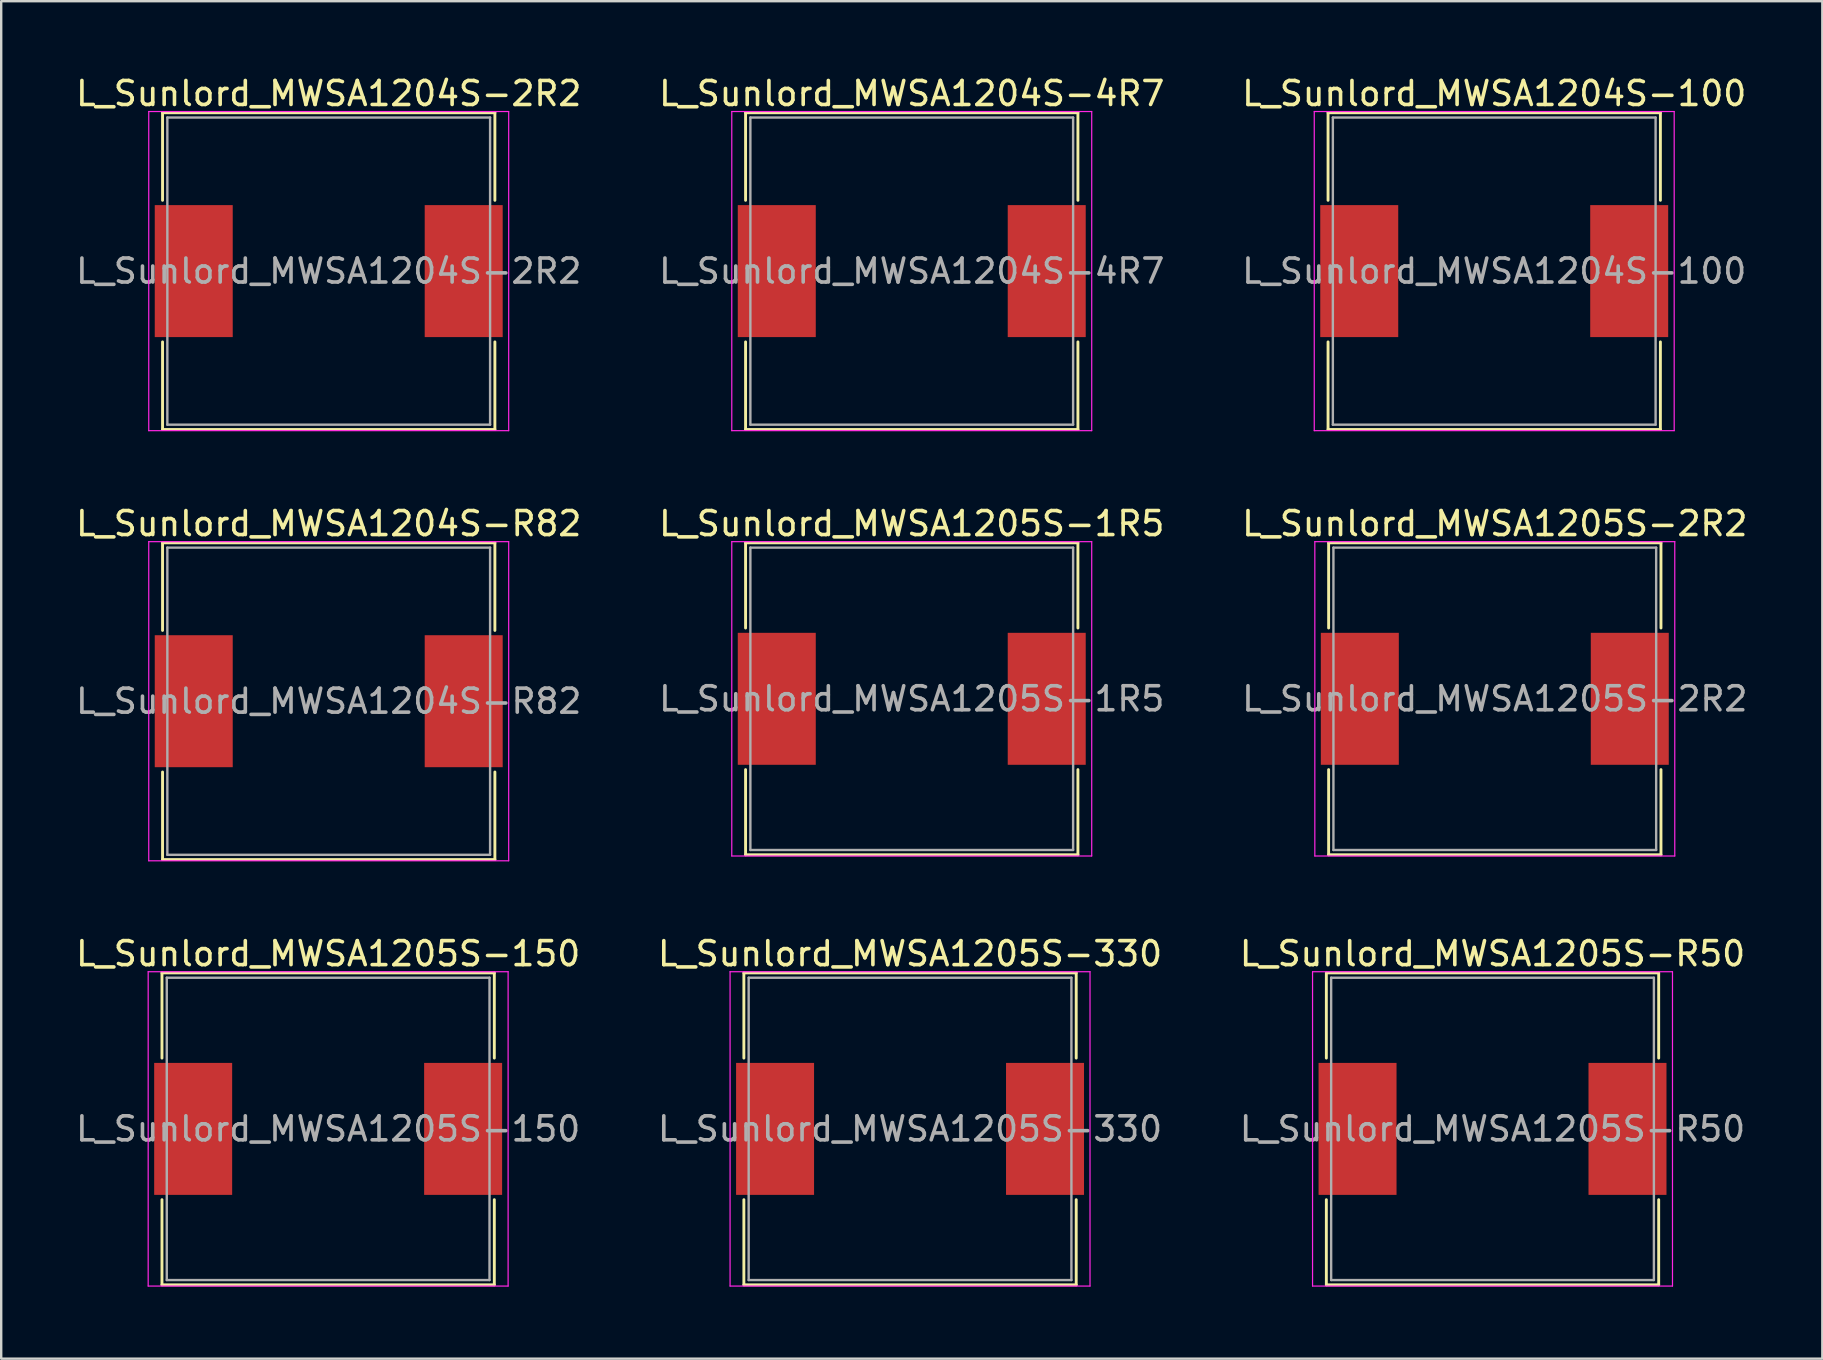
<source format=kicad_pcb>
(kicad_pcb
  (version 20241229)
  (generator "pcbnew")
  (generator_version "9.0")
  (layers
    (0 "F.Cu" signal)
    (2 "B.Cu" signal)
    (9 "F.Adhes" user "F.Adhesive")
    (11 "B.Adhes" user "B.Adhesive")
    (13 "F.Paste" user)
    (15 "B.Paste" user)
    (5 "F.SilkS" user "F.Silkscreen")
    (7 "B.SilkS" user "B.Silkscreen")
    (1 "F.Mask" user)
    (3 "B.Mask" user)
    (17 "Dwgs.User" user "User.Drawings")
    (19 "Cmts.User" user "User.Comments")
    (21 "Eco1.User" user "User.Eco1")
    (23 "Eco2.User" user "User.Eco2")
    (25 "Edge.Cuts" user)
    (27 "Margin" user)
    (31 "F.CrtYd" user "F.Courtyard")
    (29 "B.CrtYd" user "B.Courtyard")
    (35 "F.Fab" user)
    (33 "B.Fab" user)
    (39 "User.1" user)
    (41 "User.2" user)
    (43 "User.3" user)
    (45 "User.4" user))
  (footprint "L_Sunlord_MWSA1204S-100"
    (layer "F.Cu")
    (at 59.22 8.248)
    (property "Reference" "L_Sunlord_MWSA1204S-100" (at 0 -7.4 0) (layer "F.SilkS") (effects (font (size 1 1) (thickness 0.15))))
    (attr smd)
    (fp_line (start -6.925 -6.6) (end -6.925 -2.95) (stroke (width 0.12) (type solid)) (layer "F.SilkS"))
    (fp_line (start -6.925 -6.6) (end 6.925 -6.6) (stroke (width 0.12) (type solid)) (layer "F.SilkS"))
    (fp_line (start -6.925 6.6) (end -6.925 2.95) (stroke (width 0.12) (type solid)) (layer "F.SilkS"))
    (fp_line (start -6.925 6.6) (end 6.925 6.6) (stroke (width 0.12) (type solid)) (layer "F.SilkS"))
    (fp_line (start 6.925 -6.6) (end 6.925 -2.95) (stroke (width 0.12) (type solid)) (layer "F.SilkS"))
    (fp_line (start 6.925 6.6) (end 6.925 2.95) (stroke (width 0.12) (type solid)) (layer "F.SilkS"))
    (fp_line (start -7.5 -6.65) (end -7.5 6.65) (stroke (width 0.05) (type solid)) (layer "F.CrtYd"))
    (fp_line (start -7.5 6.65) (end 7.5 6.65) (stroke (width 0.05) (type solid)) (layer "F.CrtYd"))
    (fp_line (start 7.5 -6.65) (end -7.5 -6.65) (stroke (width 0.05) (type solid)) (layer "F.CrtYd"))
    (fp_line (start 7.5 6.65) (end 7.5 -6.65) (stroke (width 0.05) (type solid)) (layer "F.CrtYd"))
    (fp_line (start -6.725 -6.4) (end -6.725 6.4) (stroke (width 0.1) (type solid)) (layer "F.Fab"))
    (fp_line (start -6.725 6.4) (end 6.725 6.4) (stroke (width 0.1) (type solid)) (layer "F.Fab"))
    (fp_line (start 6.725 -6.4) (end -6.725 -6.4) (stroke (width 0.1) (type solid)) (layer "F.Fab"))
    (fp_line (start 6.725 6.4) (end 6.725 -6.4) (stroke (width 0.1) (type solid)) (layer "F.Fab"))
    (fp_text user "${REFERENCE}" (at 0 0 0) (layer "F.Fab") (effects (font (size 1 1) (thickness 0.15))))
    (pad "1" smd rect (at -5.625 0) (size 3.25 5.5) (layers "F.Cu" "F.Mask" "F.Paste"))
    (pad "2" smd rect (at 5.625 0) (size 3.25 5.5) (layers "F.Cu" "F.Mask" "F.Paste")))
  (footprint "L_Sunlord_MWSA1205S-2R2"
    (layer "F.Cu")
    (at 59.244 26.072)
    (property "Reference" "L_Sunlord_MWSA1205S-2R2" (at 0 -7.3 0) (layer "F.SilkS") (effects (font (size 1 1) (thickness 0.15))))
    (attr smd)
    (fp_line (start -6.925 -6.5) (end -6.925 -2.95) (stroke (width 0.12) (type solid)) (layer "F.SilkS"))
    (fp_line (start -6.925 -6.5) (end 6.925 -6.5) (stroke (width 0.12) (type solid)) (layer "F.SilkS"))
    (fp_line (start -6.925 6.5) (end -6.925 2.95) (stroke (width 0.12) (type solid)) (layer "F.SilkS"))
    (fp_line (start -6.925 6.5) (end 6.925 6.5) (stroke (width 0.12) (type solid)) (layer "F.SilkS"))
    (fp_line (start 6.925 -6.5) (end 6.925 -2.95) (stroke (width 0.12) (type solid)) (layer "F.SilkS"))
    (fp_line (start 6.925 6.5) (end 6.925 2.95) (stroke (width 0.12) (type solid)) (layer "F.SilkS"))
    (fp_line (start -7.5 -6.55) (end -7.5 6.55) (stroke (width 0.05) (type solid)) (layer "F.CrtYd"))
    (fp_line (start -7.5 6.55) (end 7.5 6.55) (stroke (width 0.05) (type solid)) (layer "F.CrtYd"))
    (fp_line (start 7.5 -6.55) (end -7.5 -6.55) (stroke (width 0.05) (type solid)) (layer "F.CrtYd"))
    (fp_line (start 7.5 6.55) (end 7.5 -6.55) (stroke (width 0.05) (type solid)) (layer "F.CrtYd"))
    (fp_line (start -6.725 -6.3) (end -6.725 6.3) (stroke (width 0.1) (type solid)) (layer "F.Fab"))
    (fp_line (start -6.725 6.3) (end 6.725 6.3) (stroke (width 0.1) (type solid)) (layer "F.Fab"))
    (fp_line (start 6.725 -6.3) (end -6.725 -6.3) (stroke (width 0.1) (type solid)) (layer "F.Fab"))
    (fp_line (start 6.725 6.3) (end 6.725 -6.3) (stroke (width 0.1) (type solid)) (layer "F.Fab"))
    (fp_text user "${REFERENCE}" (at 0 0 0) (layer "F.Fab") (effects (font (size 1 1) (thickness 0.15))))
    (pad "1" smd rect (at -5.625 0) (size 3.25 5.5) (layers "F.Cu" "F.Mask" "F.Paste"))
    (pad "2" smd rect (at 5.625 0) (size 3.25 5.5) (layers "F.Cu" "F.Mask" "F.Paste")))
  (footprint "L_Sunlord_MWSA1204S-2R2"
    (layer "F.Cu")
    (at 10.649 8.248)
    (property "Reference" "L_Sunlord_MWSA1204S-2R2" (at 0 -7.4 0) (layer "F.SilkS") (effects (font (size 1 1) (thickness 0.15))))
    (attr smd)
    (fp_line (start -6.925 -6.6) (end -6.925 -2.95) (stroke (width 0.12) (type solid)) (layer "F.SilkS"))
    (fp_line (start -6.925 -6.6) (end 6.925 -6.6) (stroke (width 0.12) (type solid)) (layer "F.SilkS"))
    (fp_line (start -6.925 6.6) (end -6.925 2.95) (stroke (width 0.12) (type solid)) (layer "F.SilkS"))
    (fp_line (start -6.925 6.6) (end 6.925 6.6) (stroke (width 0.12) (type solid)) (layer "F.SilkS"))
    (fp_line (start 6.925 -6.6) (end 6.925 -2.95) (stroke (width 0.12) (type solid)) (layer "F.SilkS"))
    (fp_line (start 6.925 6.6) (end 6.925 2.95) (stroke (width 0.12) (type solid)) (layer "F.SilkS"))
    (fp_line (start -7.5 -6.65) (end -7.5 6.65) (stroke (width 0.05) (type solid)) (layer "F.CrtYd"))
    (fp_line (start -7.5 6.65) (end 7.5 6.65) (stroke (width 0.05) (type solid)) (layer "F.CrtYd"))
    (fp_line (start 7.5 -6.65) (end -7.5 -6.65) (stroke (width 0.05) (type solid)) (layer "F.CrtYd"))
    (fp_line (start 7.5 6.65) (end 7.5 -6.65) (stroke (width 0.05) (type solid)) (layer "F.CrtYd"))
    (fp_line (start -6.725 -6.4) (end -6.725 6.4) (stroke (width 0.1) (type solid)) (layer "F.Fab"))
    (fp_line (start -6.725 6.4) (end 6.725 6.4) (stroke (width 0.1) (type solid)) (layer "F.Fab"))
    (fp_line (start 6.725 -6.4) (end -6.725 -6.4) (stroke (width 0.1) (type solid)) (layer "F.Fab"))
    (fp_line (start 6.725 6.4) (end 6.725 -6.4) (stroke (width 0.1) (type solid)) (layer "F.Fab"))
    (fp_text user "${REFERENCE}" (at 0 0 0) (layer "F.Fab") (effects (font (size 1 1) (thickness 0.15))))
    (pad "1" smd rect (at -5.625 0) (size 3.25 5.5) (layers "F.Cu" "F.Mask" "F.Paste"))
    (pad "2" smd rect (at 5.625 0) (size 3.25 5.5) (layers "F.Cu" "F.Mask" "F.Paste")))
  (footprint "L_Sunlord_MWSA1205S-150"
    (layer "F.Cu")
    (at 10.625 43.995)
    (property "Reference" "L_Sunlord_MWSA1205S-150" (at 0 -7.3 0) (layer "F.SilkS") (effects (font (size 1 1) (thickness 0.15))))
    (attr smd)
    (fp_line (start -6.925 -6.5) (end -6.925 -2.95) (stroke (width 0.12) (type solid)) (layer "F.SilkS"))
    (fp_line (start -6.925 -6.5) (end 6.925 -6.5) (stroke (width 0.12) (type solid)) (layer "F.SilkS"))
    (fp_line (start -6.925 6.5) (end -6.925 2.95) (stroke (width 0.12) (type solid)) (layer "F.SilkS"))
    (fp_line (start -6.925 6.5) (end 6.925 6.5) (stroke (width 0.12) (type solid)) (layer "F.SilkS"))
    (fp_line (start 6.925 -6.5) (end 6.925 -2.95) (stroke (width 0.12) (type solid)) (layer "F.SilkS"))
    (fp_line (start 6.925 6.5) (end 6.925 2.95) (stroke (width 0.12) (type solid)) (layer "F.SilkS"))
    (fp_line (start -7.5 -6.55) (end -7.5 6.55) (stroke (width 0.05) (type solid)) (layer "F.CrtYd"))
    (fp_line (start -7.5 6.55) (end 7.5 6.55) (stroke (width 0.05) (type solid)) (layer "F.CrtYd"))
    (fp_line (start 7.5 -6.55) (end -7.5 -6.55) (stroke (width 0.05) (type solid)) (layer "F.CrtYd"))
    (fp_line (start 7.5 6.55) (end 7.5 -6.55) (stroke (width 0.05) (type solid)) (layer "F.CrtYd"))
    (fp_line (start -6.725 -6.3) (end -6.725 6.3) (stroke (width 0.1) (type solid)) (layer "F.Fab"))
    (fp_line (start -6.725 6.3) (end 6.725 6.3) (stroke (width 0.1) (type solid)) (layer "F.Fab"))
    (fp_line (start 6.725 -6.3) (end -6.725 -6.3) (stroke (width 0.1) (type solid)) (layer "F.Fab"))
    (fp_line (start 6.725 6.3) (end 6.725 -6.3) (stroke (width 0.1) (type solid)) (layer "F.Fab"))
    (fp_text user "${REFERENCE}" (at 0 0 0) (layer "F.Fab") (effects (font (size 1 1) (thickness 0.15))))
    (pad "1" smd rect (at -5.625 0) (size 3.25 5.5) (layers "F.Cu" "F.Mask" "F.Paste"))
    (pad "2" smd rect (at 5.625 0) (size 3.25 5.5) (layers "F.Cu" "F.Mask" "F.Paste")))
  (footprint "L_Sunlord_MWSA1205S-R50"
    (layer "F.Cu")
    (at 59.149 43.995)
    (property "Reference" "L_Sunlord_MWSA1205S-R50" (at 0 -7.3 0) (layer "F.SilkS") (effects (font (size 1 1) (thickness 0.15))))
    (attr smd)
    (fp_line (start -6.925 -6.5) (end -6.925 -2.95) (stroke (width 0.12) (type solid)) (layer "F.SilkS"))
    (fp_line (start -6.925 -6.5) (end 6.925 -6.5) (stroke (width 0.12) (type solid)) (layer "F.SilkS"))
    (fp_line (start -6.925 6.5) (end -6.925 2.95) (stroke (width 0.12) (type solid)) (layer "F.SilkS"))
    (fp_line (start -6.925 6.5) (end 6.925 6.5) (stroke (width 0.12) (type solid)) (layer "F.SilkS"))
    (fp_line (start 6.925 -6.5) (end 6.925 -2.95) (stroke (width 0.12) (type solid)) (layer "F.SilkS"))
    (fp_line (start 6.925 6.5) (end 6.925 2.95) (stroke (width 0.12) (type solid)) (layer "F.SilkS"))
    (fp_line (start -7.5 -6.55) (end -7.5 6.55) (stroke (width 0.05) (type solid)) (layer "F.CrtYd"))
    (fp_line (start -7.5 6.55) (end 7.5 6.55) (stroke (width 0.05) (type solid)) (layer "F.CrtYd"))
    (fp_line (start 7.5 -6.55) (end -7.5 -6.55) (stroke (width 0.05) (type solid)) (layer "F.CrtYd"))
    (fp_line (start 7.5 6.55) (end 7.5 -6.55) (stroke (width 0.05) (type solid)) (layer "F.CrtYd"))
    (fp_line (start -6.725 -6.3) (end -6.725 6.3) (stroke (width 0.1) (type solid)) (layer "F.Fab"))
    (fp_line (start -6.725 6.3) (end 6.725 6.3) (stroke (width 0.1) (type solid)) (layer "F.Fab"))
    (fp_line (start 6.725 -6.3) (end -6.725 -6.3) (stroke (width 0.1) (type solid)) (layer "F.Fab"))
    (fp_line (start 6.725 6.3) (end 6.725 -6.3) (stroke (width 0.1) (type solid)) (layer "F.Fab"))
    (fp_text user "${REFERENCE}" (at 0 0 0) (layer "F.Fab") (effects (font (size 1 1) (thickness 0.15))))
    (pad "1" smd rect (at -5.625 0) (size 3.25 5.5) (layers "F.Cu" "F.Mask" "F.Paste"))
    (pad "2" smd rect (at 5.625 0) (size 3.25 5.5) (layers "F.Cu" "F.Mask" "F.Paste")))
  (footprint "L_Sunlord_MWSA1205S-330"
    (layer "F.Cu")
    (at 34.875 43.995)
    (property "Reference" "L_Sunlord_MWSA1205S-330" (at 0 -7.3 0) (layer "F.SilkS") (effects (font (size 1 1) (thickness 0.15))))
    (attr smd)
    (fp_line (start -6.925 -6.5) (end -6.925 -2.95) (stroke (width 0.12) (type solid)) (layer "F.SilkS"))
    (fp_line (start -6.925 -6.5) (end 6.925 -6.5) (stroke (width 0.12) (type solid)) (layer "F.SilkS"))
    (fp_line (start -6.925 6.5) (end -6.925 2.95) (stroke (width 0.12) (type solid)) (layer "F.SilkS"))
    (fp_line (start -6.925 6.5) (end 6.925 6.5) (stroke (width 0.12) (type solid)) (layer "F.SilkS"))
    (fp_line (start 6.925 -6.5) (end 6.925 -2.95) (stroke (width 0.12) (type solid)) (layer "F.SilkS"))
    (fp_line (start 6.925 6.5) (end 6.925 2.95) (stroke (width 0.12) (type solid)) (layer "F.SilkS"))
    (fp_line (start -7.5 -6.55) (end -7.5 6.55) (stroke (width 0.05) (type solid)) (layer "F.CrtYd"))
    (fp_line (start -7.5 6.55) (end 7.5 6.55) (stroke (width 0.05) (type solid)) (layer "F.CrtYd"))
    (fp_line (start 7.5 -6.55) (end -7.5 -6.55) (stroke (width 0.05) (type solid)) (layer "F.CrtYd"))
    (fp_line (start 7.5 6.55) (end 7.5 -6.55) (stroke (width 0.05) (type solid)) (layer "F.CrtYd"))
    (fp_line (start -6.725 -6.3) (end -6.725 6.3) (stroke (width 0.1) (type solid)) (layer "F.Fab"))
    (fp_line (start -6.725 6.3) (end 6.725 6.3) (stroke (width 0.1) (type solid)) (layer "F.Fab"))
    (fp_line (start 6.725 -6.3) (end -6.725 -6.3) (stroke (width 0.1) (type solid)) (layer "F.Fab"))
    (fp_line (start 6.725 6.3) (end 6.725 -6.3) (stroke (width 0.1) (type solid)) (layer "F.Fab"))
    (fp_text user "${REFERENCE}" (at 0 0 0) (layer "F.Fab") (effects (font (size 1 1) (thickness 0.15))))
    (pad "1" smd rect (at -5.625 0) (size 3.25 5.5) (layers "F.Cu" "F.Mask" "F.Paste"))
    (pad "2" smd rect (at 5.625 0) (size 3.25 5.5) (layers "F.Cu" "F.Mask" "F.Paste")))
  (footprint "L_Sunlord_MWSA1205S-1R5"
    (layer "F.Cu")
    (at 34.946 26.072)
    (property "Reference" "L_Sunlord_MWSA1205S-1R5" (at 0 -7.3 0) (layer "F.SilkS") (effects (font (size 1 1) (thickness 0.15))))
    (attr smd)
    (fp_line (start -6.925 -6.5) (end -6.925 -2.95) (stroke (width 0.12) (type solid)) (layer "F.SilkS"))
    (fp_line (start -6.925 -6.5) (end 6.925 -6.5) (stroke (width 0.12) (type solid)) (layer "F.SilkS"))
    (fp_line (start -6.925 6.5) (end -6.925 2.95) (stroke (width 0.12) (type solid)) (layer "F.SilkS"))
    (fp_line (start -6.925 6.5) (end 6.925 6.5) (stroke (width 0.12) (type solid)) (layer "F.SilkS"))
    (fp_line (start 6.925 -6.5) (end 6.925 -2.95) (stroke (width 0.12) (type solid)) (layer "F.SilkS"))
    (fp_line (start 6.925 6.5) (end 6.925 2.95) (stroke (width 0.12) (type solid)) (layer "F.SilkS"))
    (fp_line (start -7.5 -6.55) (end -7.5 6.55) (stroke (width 0.05) (type solid)) (layer "F.CrtYd"))
    (fp_line (start -7.5 6.55) (end 7.5 6.55) (stroke (width 0.05) (type solid)) (layer "F.CrtYd"))
    (fp_line (start 7.5 -6.55) (end -7.5 -6.55) (stroke (width 0.05) (type solid)) (layer "F.CrtYd"))
    (fp_line (start 7.5 6.55) (end 7.5 -6.55) (stroke (width 0.05) (type solid)) (layer "F.CrtYd"))
    (fp_line (start -6.725 -6.3) (end -6.725 6.3) (stroke (width 0.1) (type solid)) (layer "F.Fab"))
    (fp_line (start -6.725 6.3) (end 6.725 6.3) (stroke (width 0.1) (type solid)) (layer "F.Fab"))
    (fp_line (start 6.725 -6.3) (end -6.725 -6.3) (stroke (width 0.1) (type solid)) (layer "F.Fab"))
    (fp_line (start 6.725 6.3) (end 6.725 -6.3) (stroke (width 0.1) (type solid)) (layer "F.Fab"))
    (fp_text user "${REFERENCE}" (at 0 0 0) (layer "F.Fab") (effects (font (size 1 1) (thickness 0.15))))
    (pad "1" smd rect (at -5.625 0) (size 3.25 5.5) (layers "F.Cu" "F.Mask" "F.Paste"))
    (pad "2" smd rect (at 5.625 0) (size 3.25 5.5) (layers "F.Cu" "F.Mask" "F.Paste")))
  (footprint "L_Sunlord_MWSA1204S-4R7"
    (layer "F.Cu")
    (at 34.946 8.248)
    (property "Reference" "L_Sunlord_MWSA1204S-4R7" (at 0 -7.4 0) (layer "F.SilkS") (effects (font (size 1 1) (thickness 0.15))))
    (attr smd)
    (fp_line (start -6.925 -6.6) (end -6.925 -2.95) (stroke (width 0.12) (type solid)) (layer "F.SilkS"))
    (fp_line (start -6.925 -6.6) (end 6.925 -6.6) (stroke (width 0.12) (type solid)) (layer "F.SilkS"))
    (fp_line (start -6.925 6.6) (end -6.925 2.95) (stroke (width 0.12) (type solid)) (layer "F.SilkS"))
    (fp_line (start -6.925 6.6) (end 6.925 6.6) (stroke (width 0.12) (type solid)) (layer "F.SilkS"))
    (fp_line (start 6.925 -6.6) (end 6.925 -2.95) (stroke (width 0.12) (type solid)) (layer "F.SilkS"))
    (fp_line (start 6.925 6.6) (end 6.925 2.95) (stroke (width 0.12) (type solid)) (layer "F.SilkS"))
    (fp_line (start -7.5 -6.65) (end -7.5 6.65) (stroke (width 0.05) (type solid)) (layer "F.CrtYd"))
    (fp_line (start -7.5 6.65) (end 7.5 6.65) (stroke (width 0.05) (type solid)) (layer "F.CrtYd"))
    (fp_line (start 7.5 -6.65) (end -7.5 -6.65) (stroke (width 0.05) (type solid)) (layer "F.CrtYd"))
    (fp_line (start 7.5 6.65) (end 7.5 -6.65) (stroke (width 0.05) (type solid)) (layer "F.CrtYd"))
    (fp_line (start -6.725 -6.4) (end -6.725 6.4) (stroke (width 0.1) (type solid)) (layer "F.Fab"))
    (fp_line (start -6.725 6.4) (end 6.725 6.4) (stroke (width 0.1) (type solid)) (layer "F.Fab"))
    (fp_line (start 6.725 -6.4) (end -6.725 -6.4) (stroke (width 0.1) (type solid)) (layer "F.Fab"))
    (fp_line (start 6.725 6.4) (end 6.725 -6.4) (stroke (width 0.1) (type solid)) (layer "F.Fab"))
    (fp_text user "${REFERENCE}" (at 0 0 0) (layer "F.Fab") (effects (font (size 1 1) (thickness 0.15))))
    (pad "1" smd rect (at -5.625 0) (size 3.25 5.5) (layers "F.Cu" "F.Mask" "F.Paste"))
    (pad "2" smd rect (at 5.625 0) (size 3.25 5.5) (layers "F.Cu" "F.Mask" "F.Paste")))
  (footprint "L_Sunlord_MWSA1204S-R82"
    (layer "F.Cu")
    (at 10.649 26.172)
    (property "Reference" "L_Sunlord_MWSA1204S-R82" (at 0 -7.4 0) (layer "F.SilkS") (effects (font (size 1 1) (thickness 0.15))))
    (attr smd)
    (fp_line (start -6.925 -6.6) (end -6.925 -2.95) (stroke (width 0.12) (type solid)) (layer "F.SilkS"))
    (fp_line (start -6.925 -6.6) (end 6.925 -6.6) (stroke (width 0.12) (type solid)) (layer "F.SilkS"))
    (fp_line (start -6.925 6.6) (end -6.925 2.95) (stroke (width 0.12) (type solid)) (layer "F.SilkS"))
    (fp_line (start -6.925 6.6) (end 6.925 6.6) (stroke (width 0.12) (type solid)) (layer "F.SilkS"))
    (fp_line (start 6.925 -6.6) (end 6.925 -2.95) (stroke (width 0.12) (type solid)) (layer "F.SilkS"))
    (fp_line (start 6.925 6.6) (end 6.925 2.95) (stroke (width 0.12) (type solid)) (layer "F.SilkS"))
    (fp_line (start -7.5 -6.65) (end -7.5 6.65) (stroke (width 0.05) (type solid)) (layer "F.CrtYd"))
    (fp_line (start -7.5 6.65) (end 7.5 6.65) (stroke (width 0.05) (type solid)) (layer "F.CrtYd"))
    (fp_line (start 7.5 -6.65) (end -7.5 -6.65) (stroke (width 0.05) (type solid)) (layer "F.CrtYd"))
    (fp_line (start 7.5 6.65) (end 7.5 -6.65) (stroke (width 0.05) (type solid)) (layer "F.CrtYd"))
    (fp_line (start -6.725 -6.4) (end -6.725 6.4) (stroke (width 0.1) (type solid)) (layer "F.Fab"))
    (fp_line (start -6.725 6.4) (end 6.725 6.4) (stroke (width 0.1) (type solid)) (layer "F.Fab"))
    (fp_line (start 6.725 -6.4) (end -6.725 -6.4) (stroke (width 0.1) (type solid)) (layer "F.Fab"))
    (fp_line (start 6.725 6.4) (end 6.725 -6.4) (stroke (width 0.1) (type solid)) (layer "F.Fab"))
    (fp_text user "${REFERENCE}" (at 0 0 0) (layer "F.Fab") (effects (font (size 1 1) (thickness 0.15))))
    (pad "1" smd rect (at -5.625 0) (size 3.25 5.5) (layers "F.Cu" "F.Mask" "F.Paste"))
    (pad "2" smd rect (at 5.625 0) (size 3.25 5.5) (layers "F.Cu" "F.Mask" "F.Paste")))
  (gr_rect
    (start -3 -3)
    (end 72.893 53.57)
    (stroke (width 0.1) (type default))
    (fill no)
    (layer "Edge.Cuts")))
</source>
